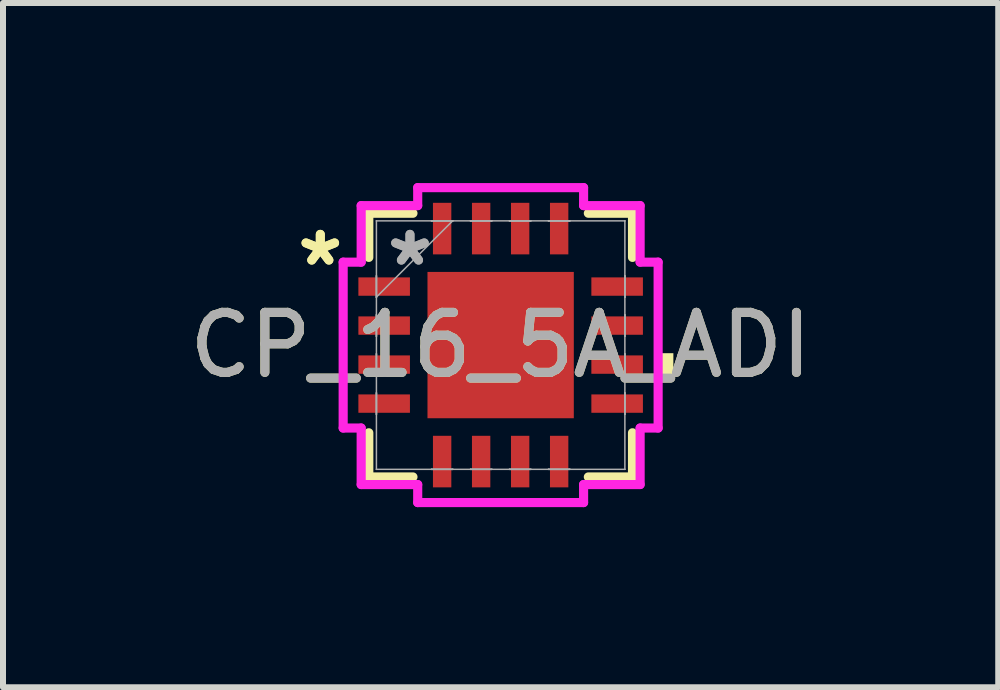
<source format=kicad_pcb>
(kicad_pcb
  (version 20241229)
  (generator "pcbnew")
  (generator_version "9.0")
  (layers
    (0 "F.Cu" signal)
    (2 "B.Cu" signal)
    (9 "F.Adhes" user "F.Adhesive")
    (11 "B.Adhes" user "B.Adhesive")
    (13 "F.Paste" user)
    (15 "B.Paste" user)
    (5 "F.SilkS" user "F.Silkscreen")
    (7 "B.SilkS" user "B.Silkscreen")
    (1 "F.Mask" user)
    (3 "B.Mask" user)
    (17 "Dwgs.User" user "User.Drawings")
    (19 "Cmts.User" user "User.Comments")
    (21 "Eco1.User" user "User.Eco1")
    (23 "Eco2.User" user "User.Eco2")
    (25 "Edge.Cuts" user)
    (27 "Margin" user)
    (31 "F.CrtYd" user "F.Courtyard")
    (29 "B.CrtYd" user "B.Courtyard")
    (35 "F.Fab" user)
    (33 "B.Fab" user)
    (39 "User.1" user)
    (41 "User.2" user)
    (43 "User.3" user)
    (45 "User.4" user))
  (footprint "CP_16_5A_ADI"
    (layer "F.Cu")
    (at 5.292 2.7)
    (property "Reference" "CP_16_5A_ADI" (at 0 0 0) (unlocked yes) (layer "F.SilkS") (effects (font (size 1 1) (thickness 0.15))))
    (attr smd)
    (fp_line (start -2.197 -2.197) (end -2.197 -1.461) (stroke (width 0.152) (type solid)) (layer "F.SilkS"))
    (fp_line (start -2.197 1.461) (end -2.197 2.197) (stroke (width 0.152) (type solid)) (layer "F.SilkS"))
    (fp_line (start -2.197 2.197) (end -1.461 2.197) (stroke (width 0.152) (type solid)) (layer "F.SilkS"))
    (fp_line (start -1.461 -2.197) (end -2.197 -2.197) (stroke (width 0.152) (type solid)) (layer "F.SilkS"))
    (fp_line (start 1.461 2.197) (end 2.197 2.197) (stroke (width 0.152) (type solid)) (layer "F.SilkS"))
    (fp_line (start 2.197 -2.197) (end 1.461 -2.197) (stroke (width 0.152) (type solid)) (layer "F.SilkS"))
    (fp_line (start 2.197 -1.461) (end 2.197 -2.197) (stroke (width 0.152) (type solid)) (layer "F.SilkS"))
    (fp_line (start 2.197 2.197) (end 2.197 1.461) (stroke (width 0.152) (type solid)) (layer "F.SilkS"))
    (fp_poly (pts (xy 2.878 0.135) (xy 2.878 0.516) (xy 2.624 0.516) (xy 2.624 0.135)) (stroke (width 0) (type solid)) (fill yes) (layer "F.SilkS"))
    (fp_line (start -2.624 -1.382) (end -2.324 -1.382) (stroke (width 0.152) (type solid)) (layer "F.CrtYd"))
    (fp_line (start -2.624 1.382) (end -2.624 -1.382) (stroke (width 0.152) (type solid)) (layer "F.CrtYd"))
    (fp_line (start -2.324 -2.324) (end -1.382 -2.324) (stroke (width 0.152) (type solid)) (layer "F.CrtYd"))
    (fp_line (start -2.324 -1.382) (end -2.324 -2.324) (stroke (width 0.152) (type solid)) (layer "F.CrtYd"))
    (fp_line (start -2.324 1.382) (end -2.624 1.382) (stroke (width 0.152) (type solid)) (layer "F.CrtYd"))
    (fp_line (start -2.324 2.324) (end -2.324 1.382) (stroke (width 0.152) (type solid)) (layer "F.CrtYd"))
    (fp_line (start -1.382 -2.624) (end 1.382 -2.624) (stroke (width 0.152) (type solid)) (layer "F.CrtYd"))
    (fp_line (start -1.382 -2.324) (end -1.382 -2.624) (stroke (width 0.152) (type solid)) (layer "F.CrtYd"))
    (fp_line (start -1.382 2.324) (end -2.324 2.324) (stroke (width 0.152) (type solid)) (layer "F.CrtYd"))
    (fp_line (start -1.382 2.624) (end -1.382 2.324) (stroke (width 0.152) (type solid)) (layer "F.CrtYd"))
    (fp_line (start 1.382 -2.624) (end 1.382 -2.324) (stroke (width 0.152) (type solid)) (layer "F.CrtYd"))
    (fp_line (start 1.382 -2.324) (end 2.324 -2.324) (stroke (width 0.152) (type solid)) (layer "F.CrtYd"))
    (fp_line (start 1.382 2.324) (end 1.382 2.624) (stroke (width 0.152) (type solid)) (layer "F.CrtYd"))
    (fp_line (start 1.382 2.624) (end -1.382 2.624) (stroke (width 0.152) (type solid)) (layer "F.CrtYd"))
    (fp_line (start 2.324 -2.324) (end 2.324 -1.382) (stroke (width 0.152) (type solid)) (layer "F.CrtYd"))
    (fp_line (start 2.324 -1.382) (end 2.624 -1.382) (stroke (width 0.152) (type solid)) (layer "F.CrtYd"))
    (fp_line (start 2.324 1.382) (end 2.324 2.324) (stroke (width 0.152) (type solid)) (layer "F.CrtYd"))
    (fp_line (start 2.324 2.324) (end 1.382 2.324) (stroke (width 0.152) (type solid)) (layer "F.CrtYd"))
    (fp_line (start 2.624 -1.382) (end 2.624 1.382) (stroke (width 0.152) (type solid)) (layer "F.CrtYd"))
    (fp_line (start 2.624 1.382) (end 2.324 1.382) (stroke (width 0.152) (type solid)) (layer "F.CrtYd"))
    (fp_line (start -2.07 -2.07) (end -2.07 -2.07) (stroke (width 0.025) (type solid)) (layer "F.Fab"))
    (fp_line (start -2.07 -2.07) (end -2.07 2.07) (stroke (width 0.025) (type solid)) (layer "F.Fab"))
    (fp_line (start -2.07 -1.153) (end -2.07 -1.153) (stroke (width 0.025) (type solid)) (layer "F.Fab"))
    (fp_line (start -2.07 -1.153) (end -2.07 -0.797) (stroke (width 0.025) (type solid)) (layer "F.Fab"))
    (fp_line (start -2.07 -0.8) (end -0.8 -2.07) (stroke (width 0.025) (type solid)) (layer "F.Fab"))
    (fp_line (start -2.07 -0.797) (end -2.07 -1.153) (stroke (width 0.025) (type solid)) (layer "F.Fab"))
    (fp_line (start -2.07 -0.797) (end -2.07 -0.797) (stroke (width 0.025) (type solid)) (layer "F.Fab"))
    (fp_line (start -2.07 -0.503) (end -2.07 -0.503) (stroke (width 0.025) (type solid)) (layer "F.Fab"))
    (fp_line (start -2.07 -0.503) (end -2.07 -0.147) (stroke (width 0.025) (type solid)) (layer "F.Fab"))
    (fp_line (start -2.07 -0.147) (end -2.07 -0.503) (stroke (width 0.025) (type solid)) (layer "F.Fab"))
    (fp_line (start -2.07 -0.147) (end -2.07 -0.147) (stroke (width 0.025) (type solid)) (layer "F.Fab"))
    (fp_line (start -2.07 0.147) (end -2.07 0.147) (stroke (width 0.025) (type solid)) (layer "F.Fab"))
    (fp_line (start -2.07 0.147) (end -2.07 0.503) (stroke (width 0.025) (type solid)) (layer "F.Fab"))
    (fp_line (start -2.07 0.503) (end -2.07 0.147) (stroke (width 0.025) (type solid)) (layer "F.Fab"))
    (fp_line (start -2.07 0.503) (end -2.07 0.503) (stroke (width 0.025) (type solid)) (layer "F.Fab"))
    (fp_line (start -2.07 0.797) (end -2.07 0.797) (stroke (width 0.025) (type solid)) (layer "F.Fab"))
    (fp_line (start -2.07 0.797) (end -2.07 1.153) (stroke (width 0.025) (type solid)) (layer "F.Fab"))
    (fp_line (start -2.07 1.153) (end -2.07 0.797) (stroke (width 0.025) (type solid)) (layer "F.Fab"))
    (fp_line (start -2.07 1.153) (end -2.07 1.153) (stroke (width 0.025) (type solid)) (layer "F.Fab"))
    (fp_line (start -2.07 2.07) (end -2.07 2.07) (stroke (width 0.025) (type solid)) (layer "F.Fab"))
    (fp_line (start -2.07 2.07) (end 2.07 2.07) (stroke (width 0.025) (type solid)) (layer "F.Fab"))
    (fp_line (start -1.153 -2.07) (end -1.153 -2.07) (stroke (width 0.025) (type solid)) (layer "F.Fab"))
    (fp_line (start -1.153 -2.07) (end -0.797 -2.07) (stroke (width 0.025) (type solid)) (layer "F.Fab"))
    (fp_line (start -1.153 2.07) (end -1.153 2.07) (stroke (width 0.025) (type solid)) (layer "F.Fab"))
    (fp_line (start -1.153 2.07) (end -0.797 2.07) (stroke (width 0.025) (type solid)) (layer "F.Fab"))
    (fp_line (start -0.797 -2.07) (end -1.153 -2.07) (stroke (width 0.025) (type solid)) (layer "F.Fab"))
    (fp_line (start -0.797 -2.07) (end -0.797 -2.07) (stroke (width 0.025) (type solid)) (layer "F.Fab"))
    (fp_line (start -0.797 2.07) (end -1.153 2.07) (stroke (width 0.025) (type solid)) (layer "F.Fab"))
    (fp_line (start -0.797 2.07) (end -0.797 2.07) (stroke (width 0.025) (type solid)) (layer "F.Fab"))
    (fp_line (start -0.503 -2.07) (end -0.503 -2.07) (stroke (width 0.025) (type solid)) (layer "F.Fab"))
    (fp_line (start -0.503 -2.07) (end -0.147 -2.07) (stroke (width 0.025) (type solid)) (layer "F.Fab"))
    (fp_line (start -0.503 2.07) (end -0.503 2.07) (stroke (width 0.025) (type solid)) (layer "F.Fab"))
    (fp_line (start -0.503 2.07) (end -0.147 2.07) (stroke (width 0.025) (type solid)) (layer "F.Fab"))
    (fp_line (start -0.147 -2.07) (end -0.503 -2.07) (stroke (width 0.025) (type solid)) (layer "F.Fab"))
    (fp_line (start -0.147 -2.07) (end -0.147 -2.07) (stroke (width 0.025) (type solid)) (layer "F.Fab"))
    (fp_line (start -0.147 2.07) (end -0.503 2.07) (stroke (width 0.025) (type solid)) (layer "F.Fab"))
    (fp_line (start -0.147 2.07) (end -0.147 2.07) (stroke (width 0.025) (type solid)) (layer "F.Fab"))
    (fp_line (start 0.147 -2.07) (end 0.147 -2.07) (stroke (width 0.025) (type solid)) (layer "F.Fab"))
    (fp_line (start 0.147 -2.07) (end 0.503 -2.07) (stroke (width 0.025) (type solid)) (layer "F.Fab"))
    (fp_line (start 0.147 2.07) (end 0.147 2.07) (stroke (width 0.025) (type solid)) (layer "F.Fab"))
    (fp_line (start 0.147 2.07) (end 0.503 2.07) (stroke (width 0.025) (type solid)) (layer "F.Fab"))
    (fp_line (start 0.503 -2.07) (end 0.147 -2.07) (stroke (width 0.025) (type solid)) (layer "F.Fab"))
    (fp_line (start 0.503 -2.07) (end 0.503 -2.07) (stroke (width 0.025) (type solid)) (layer "F.Fab"))
    (fp_line (start 0.503 2.07) (end 0.147 2.07) (stroke (width 0.025) (type solid)) (layer "F.Fab"))
    (fp_line (start 0.503 2.07) (end 0.503 2.07) (stroke (width 0.025) (type solid)) (layer "F.Fab"))
    (fp_line (start 0.797 -2.07) (end 0.797 -2.07) (stroke (width 0.025) (type solid)) (layer "F.Fab"))
    (fp_line (start 0.797 -2.07) (end 1.153 -2.07) (stroke (width 0.025) (type solid)) (layer "F.Fab"))
    (fp_line (start 0.797 2.07) (end 0.797 2.07) (stroke (width 0.025) (type solid)) (layer "F.Fab"))
    (fp_line (start 0.797 2.07) (end 1.153 2.07) (stroke (width 0.025) (type solid)) (layer "F.Fab"))
    (fp_line (start 1.153 -2.07) (end 0.797 -2.07) (stroke (width 0.025) (type solid)) (layer "F.Fab"))
    (fp_line (start 1.153 -2.07) (end 1.153 -2.07) (stroke (width 0.025) (type solid)) (layer "F.Fab"))
    (fp_line (start 1.153 2.07) (end 0.797 2.07) (stroke (width 0.025) (type solid)) (layer "F.Fab"))
    (fp_line (start 1.153 2.07) (end 1.153 2.07) (stroke (width 0.025) (type solid)) (layer "F.Fab"))
    (fp_line (start 2.07 -2.07) (end -2.07 -2.07) (stroke (width 0.025) (type solid)) (layer "F.Fab"))
    (fp_line (start 2.07 -2.07) (end 2.07 -2.07) (stroke (width 0.025) (type solid)) (layer "F.Fab"))
    (fp_line (start 2.07 -1.153) (end 2.07 -1.153) (stroke (width 0.025) (type solid)) (layer "F.Fab"))
    (fp_line (start 2.07 -1.153) (end 2.07 -0.797) (stroke (width 0.025) (type solid)) (layer "F.Fab"))
    (fp_line (start 2.07 -0.797) (end 2.07 -1.153) (stroke (width 0.025) (type solid)) (layer "F.Fab"))
    (fp_line (start 2.07 -0.797) (end 2.07 -0.797) (stroke (width 0.025) (type solid)) (layer "F.Fab"))
    (fp_line (start 2.07 -0.503) (end 2.07 -0.503) (stroke (width 0.025) (type solid)) (layer "F.Fab"))
    (fp_line (start 2.07 -0.503) (end 2.07 -0.147) (stroke (width 0.025) (type solid)) (layer "F.Fab"))
    (fp_line (start 2.07 -0.147) (end 2.07 -0.503) (stroke (width 0.025) (type solid)) (layer "F.Fab"))
    (fp_line (start 2.07 -0.147) (end 2.07 -0.147) (stroke (width 0.025) (type solid)) (layer "F.Fab"))
    (fp_line (start 2.07 0.147) (end 2.07 0.147) (stroke (width 0.025) (type solid)) (layer "F.Fab"))
    (fp_line (start 2.07 0.147) (end 2.07 0.503) (stroke (width 0.025) (type solid)) (layer "F.Fab"))
    (fp_line (start 2.07 0.503) (end 2.07 0.147) (stroke (width 0.025) (type solid)) (layer "F.Fab"))
    (fp_line (start 2.07 0.503) (end 2.07 0.503) (stroke (width 0.025) (type solid)) (layer "F.Fab"))
    (fp_line (start 2.07 0.797) (end 2.07 0.797) (stroke (width 0.025) (type solid)) (layer "F.Fab"))
    (fp_line (start 2.07 0.797) (end 2.07 1.153) (stroke (width 0.025) (type solid)) (layer "F.Fab"))
    (fp_line (start 2.07 1.153) (end 2.07 0.797) (stroke (width 0.025) (type solid)) (layer "F.Fab"))
    (fp_line (start 2.07 1.153) (end 2.07 1.153) (stroke (width 0.025) (type solid)) (layer "F.Fab"))
    (fp_line (start 2.07 2.07) (end 2.07 -2.07) (stroke (width 0.025) (type solid)) (layer "F.Fab"))
    (fp_line (start 2.07 2.07) (end 2.07 2.07) (stroke (width 0.025) (type solid)) (layer "F.Fab"))
    (fp_text user "*" (at -3.005 -1.3 0) (unlocked yes) (layer "F.SilkS") (effects (font (size 1 1) (thickness 0.15))))
    (fp_text user "*" (at -3.005 -1.3 0) (layer "F.SilkS") (effects (font (size 1 1) (thickness 0.15))))
    (fp_text user "*" (at -1.511 -1.3 0) (layer "F.Fab") (effects (font (size 1 1) (thickness 0.15))))
    (fp_text user "${REFERENCE}" (at 0 0 0) (unlocked yes) (layer "F.Fab") (effects (font (size 1 1) (thickness 0.15))))
    (fp_text user "*" (at -1.511 -1.3 0) (unlocked yes) (layer "F.Fab") (effects (font (size 1 1) (thickness 0.15))))
    (pad "1" smd rect (at -1.941 -0.975 90) (size 0.306 0.859) (layers "F.Cu" "F.Mask" "F.Paste"))
    (pad "2" smd rect (at -1.941 -0.325 90) (size 0.306 0.859) (layers "F.Cu" "F.Mask" "F.Paste"))
    (pad "3" smd rect (at -1.941 0.325 90) (size 0.306 0.859) (layers "F.Cu" "F.Mask" "F.Paste"))
    (pad "4" smd rect (at -1.941 0.975 90) (size 0.306 0.859) (layers "F.Cu" "F.Mask" "F.Paste"))
    (pad "5" smd rect (at -0.975 1.941) (size 0.306 0.859) (layers "F.Cu" "F.Mask" "F.Paste"))
    (pad "6" smd rect (at -0.325 1.941) (size 0.306 0.859) (layers "F.Cu" "F.Mask" "F.Paste"))
    (pad "7" smd rect (at 0.325 1.941) (size 0.306 0.859) (layers "F.Cu" "F.Mask" "F.Paste"))
    (pad "8" smd rect (at 0.975 1.941) (size 0.306 0.859) (layers "F.Cu" "F.Mask" "F.Paste"))
    (pad "9" smd rect (at 1.941 0.975 90) (size 0.306 0.859) (layers "F.Cu" "F.Mask" "F.Paste"))
    (pad "10" smd rect (at 1.941 0.325 90) (size 0.306 0.859) (layers "F.Cu" "F.Mask" "F.Paste"))
    (pad "11" smd rect (at 1.941 -0.325 90) (size 0.306 0.859) (layers "F.Cu" "F.Mask" "F.Paste"))
    (pad "12" smd rect (at 1.941 -0.975 90) (size 0.306 0.859) (layers "F.Cu" "F.Mask" "F.Paste"))
    (pad "13" smd rect (at 0.975 -1.941) (size 0.306 0.859) (layers "F.Cu" "F.Mask" "F.Paste"))
    (pad "14" smd rect (at 0.325 -1.941) (size 0.306 0.859) (layers "F.Cu" "F.Mask" "F.Paste"))
    (pad "15" smd rect (at -0.325 -1.941) (size 0.306 0.859) (layers "F.Cu" "F.Mask" "F.Paste"))
    (pad "16" smd rect (at -0.975 -1.941) (size 0.306 0.859) (layers "F.Cu" "F.Mask" "F.Paste"))
    (pad "17" smd rect (at 0 0) (size 2.438 2.438) (layers "F.Cu" "F.Mask" "F.Paste")))
  (gr_rect
    (start -3 -3)
    (end 13.583 8.401)
    (stroke (width 0.1) (type default))
    (fill no)
    (layer "Edge.Cuts")))
</source>
